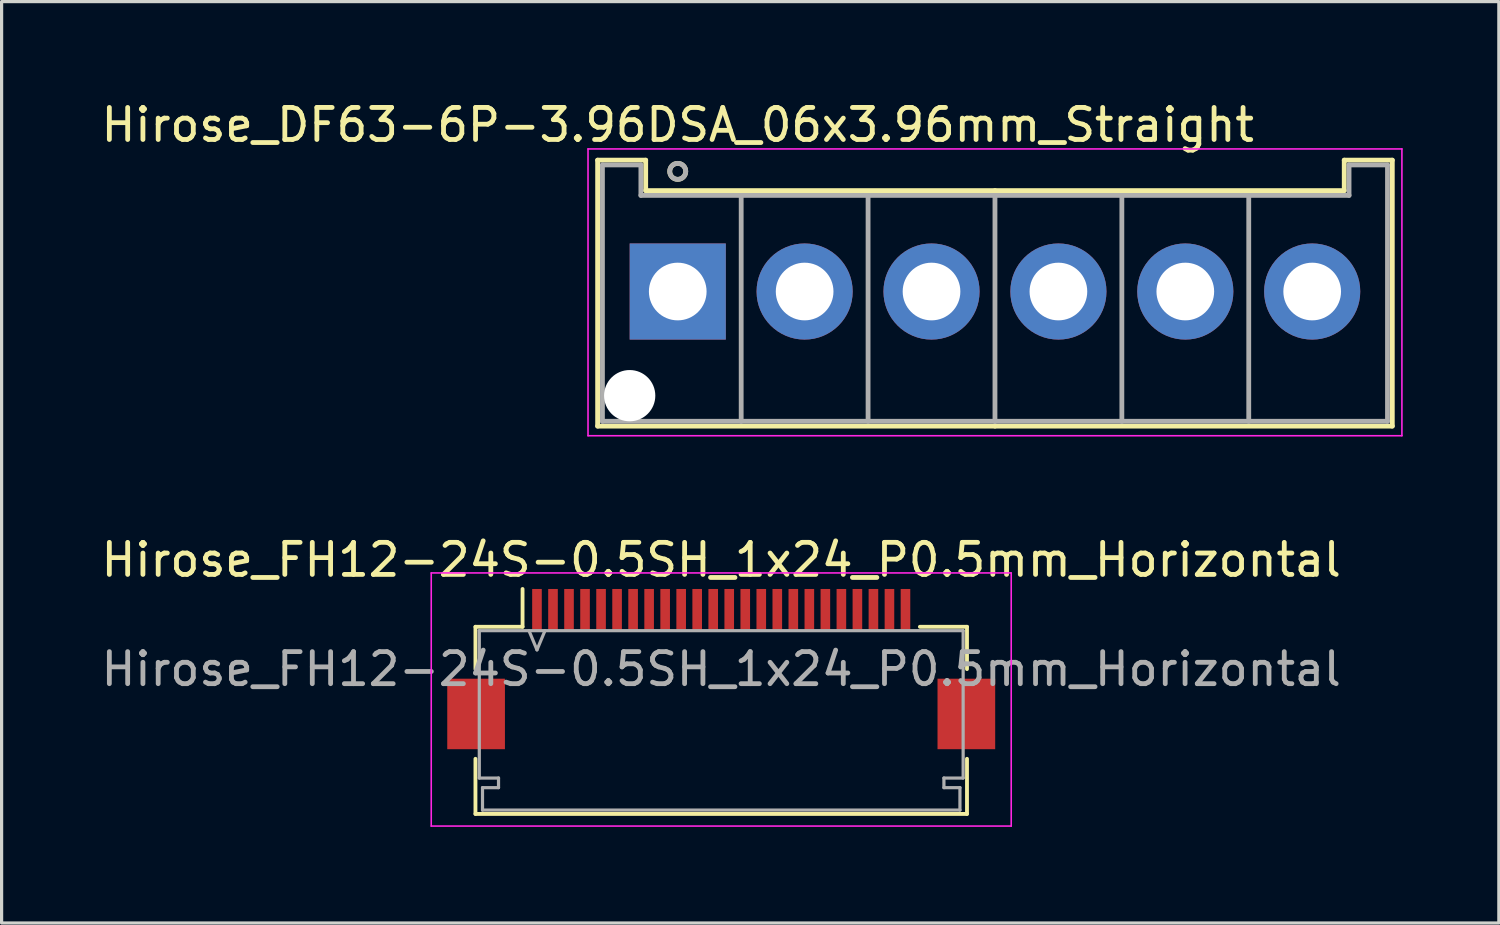
<source format=kicad_pcb>
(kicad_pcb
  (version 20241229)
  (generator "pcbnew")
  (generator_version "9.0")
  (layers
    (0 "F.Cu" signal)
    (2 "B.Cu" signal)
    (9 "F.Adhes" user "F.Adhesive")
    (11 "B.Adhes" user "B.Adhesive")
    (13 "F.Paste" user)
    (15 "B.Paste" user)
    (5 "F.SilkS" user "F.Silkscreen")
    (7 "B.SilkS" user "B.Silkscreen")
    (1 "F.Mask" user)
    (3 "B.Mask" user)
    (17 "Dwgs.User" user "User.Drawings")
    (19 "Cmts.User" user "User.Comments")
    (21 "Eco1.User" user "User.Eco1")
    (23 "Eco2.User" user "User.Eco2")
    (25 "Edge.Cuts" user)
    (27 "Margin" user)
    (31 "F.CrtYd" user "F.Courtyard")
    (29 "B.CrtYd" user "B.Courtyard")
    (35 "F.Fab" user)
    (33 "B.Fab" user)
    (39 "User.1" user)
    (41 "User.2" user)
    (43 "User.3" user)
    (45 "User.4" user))
  (footprint "Hirose_FH12-24S-0.5SH_1x24_P0.5mm_Horizontal"
    (layer "F.Cu")
    (at 19.458 17.831)
    (property "Reference" "Hirose_FH12-24S-0.5SH_1x24_P0.5mm_Horizontal" (at 0 -3.41 180) (layer "F.SilkS") (effects (font (size 1 1) (thickness 0.15))))
    (attr smd)
    (fp_line (start -7.67 -1.32) (end -6.2 -1.32) (stroke (width 0.12) (type solid)) (layer "F.SilkS"))
    (fp_line (start -7.67 0) (end -7.67 -1.32) (stroke (width 0.12) (type solid)) (layer "F.SilkS"))
    (fp_line (start -7.67 2.8) (end -7.67 4.52) (stroke (width 0.12) (type solid)) (layer "F.SilkS"))
    (fp_line (start -7.67 4.52) (end 7.67 4.52) (stroke (width 0.12) (type solid)) (layer "F.SilkS"))
    (fp_line (start -6.2 -1.32) (end -6.2 -2.5) (stroke (width 0.12) (type solid)) (layer "F.SilkS"))
    (fp_line (start 6.2 -1.32) (end 7.67 -1.32) (stroke (width 0.12) (type solid)) (layer "F.SilkS"))
    (fp_line (start 7.67 -1.32) (end 7.67 0) (stroke (width 0.12) (type solid)) (layer "F.SilkS"))
    (fp_line (start 7.67 4.52) (end 7.67 2.8) (stroke (width 0.12) (type solid)) (layer "F.SilkS"))
    (fp_line (start -9.05 -3) (end 9.05 -3) (stroke (width 0.05) (type solid)) (layer "F.CrtYd"))
    (fp_line (start -9.05 4.9) (end -9.05 -3) (stroke (width 0.05) (type solid)) (layer "F.CrtYd"))
    (fp_line (start 9.05 -3) (end 9.05 4.9) (stroke (width 0.05) (type solid)) (layer "F.CrtYd"))
    (fp_line (start 9.05 4.9) (end -9.05 4.9) (stroke (width 0.05) (type solid)) (layer "F.CrtYd"))
    (fp_line (start -7.55 -1.2) (end 7.55 -1.2) (stroke (width 0.1) (type solid)) (layer "F.Fab"))
    (fp_line (start -7.55 3.4) (end -7.55 -1.2) (stroke (width 0.1) (type solid)) (layer "F.Fab"))
    (fp_line (start -7.45 3.7) (end -7.45 4.4) (stroke (width 0.1) (type solid)) (layer "F.Fab"))
    (fp_line (start -7.45 3.7) (end -6.95 3.7) (stroke (width 0.1) (type solid)) (layer "F.Fab"))
    (fp_line (start -6.95 3.4) (end -7.55 3.4) (stroke (width 0.1) (type solid)) (layer "F.Fab"))
    (fp_line (start -6.95 3.7) (end -6.95 3.4) (stroke (width 0.1) (type solid)) (layer "F.Fab"))
    (fp_line (start -6 -1.2) (end -5.75 -0.6) (stroke (width 0.1) (type solid)) (layer "F.Fab"))
    (fp_line (start -5.75 -0.6) (end -5.5 -1.2) (stroke (width 0.1) (type solid)) (layer "F.Fab"))
    (fp_line (start 6.95 3.4) (end 6.95 3.7) (stroke (width 0.1) (type solid)) (layer "F.Fab"))
    (fp_line (start 7.45 3.7) (end 6.95 3.7) (stroke (width 0.1) (type solid)) (layer "F.Fab"))
    (fp_line (start 7.45 3.7) (end 7.45 4.4) (stroke (width 0.1) (type solid)) (layer "F.Fab"))
    (fp_line (start 7.45 4.4) (end -7.45 4.4) (stroke (width 0.1) (type solid)) (layer "F.Fab"))
    (fp_line (start 7.55 -1.2) (end 7.55 3.4) (stroke (width 0.1) (type solid)) (layer "F.Fab"))
    (fp_line (start 7.55 3.4) (end 6.95 3.4) (stroke (width 0.1) (type solid)) (layer "F.Fab"))
    (fp_text user "${REFERENCE}" (at 0 0 0) (layer "F.Fab") (effects (font (size 1 1) (thickness 0.15))))
    (pad "" smd rect (at -7.65 1.4) (size 1.8 2.2) (layers "F.Cu" "F.Mask" "F.Paste"))
    (pad "" smd rect (at 7.65 1.4) (size 1.8 2.2) (layers "F.Cu" "F.Mask" "F.Paste"))
    (pad "1" smd rect (at -5.75 -1.85) (size 0.3 1.3) (layers "F.Cu" "F.Mask" "F.Paste"))
    (pad "2" smd rect (at -5.25 -1.85) (size 0.3 1.3) (layers "F.Cu" "F.Mask" "F.Paste"))
    (pad "3" smd rect (at -4.75 -1.85) (size 0.3 1.3) (layers "F.Cu" "F.Mask" "F.Paste"))
    (pad "4" smd rect (at -4.25 -1.85) (size 0.3 1.3) (layers "F.Cu" "F.Mask" "F.Paste"))
    (pad "5" smd rect (at -3.75 -1.85) (size 0.3 1.3) (layers "F.Cu" "F.Mask" "F.Paste"))
    (pad "6" smd rect (at -3.25 -1.85) (size 0.3 1.3) (layers "F.Cu" "F.Mask" "F.Paste"))
    (pad "7" smd rect (at -2.75 -1.85) (size 0.3 1.3) (layers "F.Cu" "F.Mask" "F.Paste"))
    (pad "8" smd rect (at -2.25 -1.85) (size 0.3 1.3) (layers "F.Cu" "F.Mask" "F.Paste"))
    (pad "9" smd rect (at -1.75 -1.85) (size 0.3 1.3) (layers "F.Cu" "F.Mask" "F.Paste"))
    (pad "10" smd rect (at -1.25 -1.85) (size 0.3 1.3) (layers "F.Cu" "F.Mask" "F.Paste"))
    (pad "11" smd rect (at -0.75 -1.85) (size 0.3 1.3) (layers "F.Cu" "F.Mask" "F.Paste"))
    (pad "12" smd rect (at -0.25 -1.85) (size 0.3 1.3) (layers "F.Cu" "F.Mask" "F.Paste"))
    (pad "13" smd rect (at 0.25 -1.85) (size 0.3 1.3) (layers "F.Cu" "F.Mask" "F.Paste"))
    (pad "14" smd rect (at 0.75 -1.85) (size 0.3 1.3) (layers "F.Cu" "F.Mask" "F.Paste"))
    (pad "15" smd rect (at 1.25 -1.85) (size 0.3 1.3) (layers "F.Cu" "F.Mask" "F.Paste"))
    (pad "16" smd rect (at 1.75 -1.85) (size 0.3 1.3) (layers "F.Cu" "F.Mask" "F.Paste"))
    (pad "17" smd rect (at 2.25 -1.85) (size 0.3 1.3) (layers "F.Cu" "F.Mask" "F.Paste"))
    (pad "18" smd rect (at 2.75 -1.85) (size 0.3 1.3) (layers "F.Cu" "F.Mask" "F.Paste"))
    (pad "19" smd rect (at 3.25 -1.85) (size 0.3 1.3) (layers "F.Cu" "F.Mask" "F.Paste"))
    (pad "20" smd rect (at 3.75 -1.85) (size 0.3 1.3) (layers "F.Cu" "F.Mask" "F.Paste"))
    (pad "21" smd rect (at 4.25 -1.85) (size 0.3 1.3) (layers "F.Cu" "F.Mask" "F.Paste"))
    (pad "22" smd rect (at 4.75 -1.85) (size 0.3 1.3) (layers "F.Cu" "F.Mask" "F.Paste"))
    (pad "23" smd rect (at 5.25 -1.85) (size 0.3 1.3) (layers "F.Cu" "F.Mask" "F.Paste"))
    (pad "24" smd rect (at 5.75 -1.85) (size 0.3 1.3) (layers "F.Cu" "F.Mask" "F.Paste")))
  (footprint "Hirose_DF63-6P-3.96DSA_06x3.96mm_Straight"
    (layer "F.Cu")
    (at 18.101 6.048)
    (property "Reference" "Hirose_DF63-6P-3.96DSA_06x3.96mm_Straight" (at 0 -5.2 0) (layer "F.SilkS") (effects (font (size 1 1) (thickness 0.15))))
    (attr through_hole)
    (fp_line (start -2.5 -4.1) (end -1 -4.1) (stroke (width 0.15) (type solid)) (layer "F.SilkS"))
    (fp_line (start -2.5 4.2) (end -2.5 -4.1) (stroke (width 0.15) (type solid)) (layer "F.SilkS"))
    (fp_line (start -1 -4.1) (end -1 -3.15) (stroke (width 0.15) (type solid)) (layer "F.SilkS"))
    (fp_line (start -1 -3.15) (end 9.9 -3.15) (stroke (width 0.15) (type solid)) (layer "F.SilkS"))
    (fp_line (start 9.9 4.2) (end -2.5 4.2) (stroke (width 0.15) (type solid)) (layer "F.SilkS"))
    (fp_line (start 9.9 4.2) (end 22.3 4.2) (stroke (width 0.15) (type solid)) (layer "F.SilkS"))
    (fp_line (start 20.8 -4.1) (end 20.8 -3.15) (stroke (width 0.15) (type solid)) (layer "F.SilkS"))
    (fp_line (start 20.8 -3.15) (end 9.9 -3.15) (stroke (width 0.15) (type solid)) (layer "F.SilkS"))
    (fp_line (start 22.3 -4.1) (end 20.8 -4.1) (stroke (width 0.15) (type solid)) (layer "F.SilkS"))
    (fp_line (start 22.3 4.2) (end 22.3 -4.1) (stroke (width 0.15) (type solid)) (layer "F.SilkS"))
    (fp_circle (center 0 -3.75) (end 0.25 -3.75) (stroke (width 0.15) (type solid)) (fill no) (layer "F.SilkS"))
    (fp_line (start -2.8 -4.45) (end -2.8 4.5) (stroke (width 0.05) (type solid)) (layer "F.CrtYd"))
    (fp_line (start -2.8 4.5) (end 22.6 4.5) (stroke (width 0.05) (type solid)) (layer "F.CrtYd"))
    (fp_line (start 22.6 -4.45) (end -2.8 -4.45) (stroke (width 0.05) (type solid)) (layer "F.CrtYd"))
    (fp_line (start 22.6 4.5) (end 22.6 -4.45) (stroke (width 0.05) (type solid)) (layer "F.CrtYd"))
    (fp_line (start -2.35 -3.95) (end -1.15 -3.95) (stroke (width 0.15) (type solid)) (layer "F.Fab"))
    (fp_line (start -2.35 4.05) (end -2.35 -3.95) (stroke (width 0.15) (type solid)) (layer "F.Fab"))
    (fp_line (start -1.15 -3.95) (end -1.15 -3) (stroke (width 0.15) (type solid)) (layer "F.Fab"))
    (fp_line (start -1.15 -3) (end 9.9 -3) (stroke (width 0.15) (type solid)) (layer "F.Fab"))
    (fp_line (start 1.98 -3) (end 1.98 4.05) (stroke (width 0.15) (type solid)) (layer "F.Fab"))
    (fp_line (start 5.94 -3) (end 5.94 4.05) (stroke (width 0.15) (type solid)) (layer "F.Fab"))
    (fp_line (start 9.9 -3) (end 9.9 4.05) (stroke (width 0.15) (type solid)) (layer "F.Fab"))
    (fp_line (start 9.9 4.05) (end -2.35 4.05) (stroke (width 0.15) (type solid)) (layer "F.Fab"))
    (fp_line (start 9.9 4.05) (end 22.15 4.05) (stroke (width 0.15) (type solid)) (layer "F.Fab"))
    (fp_line (start 13.86 -3) (end 13.86 4.05) (stroke (width 0.15) (type solid)) (layer "F.Fab"))
    (fp_line (start 17.82 -3) (end 17.82 4.05) (stroke (width 0.15) (type solid)) (layer "F.Fab"))
    (fp_line (start 20.95 -3.95) (end 20.95 -3) (stroke (width 0.15) (type solid)) (layer "F.Fab"))
    (fp_line (start 20.95 -3) (end 9.9 -3) (stroke (width 0.15) (type solid)) (layer "F.Fab"))
    (fp_line (start 22.15 -3.95) (end 20.95 -3.95) (stroke (width 0.15) (type solid)) (layer "F.Fab"))
    (fp_line (start 22.15 4.05) (end 22.15 -3.95) (stroke (width 0.15) (type solid)) (layer "F.Fab"))
    (fp_circle (center 0 -3.75) (end 0.25 -3.75) (stroke (width 0.15) (type solid)) (fill no) (layer "F.Fab"))
    (pad "" np_thru_hole circle (at -1.5 3.25) (size 1.6 1.6) (drill 1.6) (layers "*.Cu" "*.Mask"))
    (pad "1" thru_hole rect (at 0 0) (size 3 3) (drill 1.8) (layers "*.Cu" "*.Mask"))
    (pad "2" thru_hole circle (at 3.96 0) (size 3 3) (drill 1.8) (layers "*.Cu" "*.Mask"))
    (pad "3" thru_hole circle (at 7.92 0) (size 3 3) (drill 1.8) (layers "*.Cu" "*.Mask"))
    (pad "4" thru_hole circle (at 11.88 0) (size 3 3) (drill 1.8) (layers "*.Cu" "*.Mask"))
    (pad "5" thru_hole circle (at 15.84 0) (size 3 3) (drill 1.8) (layers "*.Cu" "*.Mask"))
    (pad "6" thru_hole circle (at 19.8 0) (size 3 3) (drill 1.8) (layers "*.Cu" "*.Mask")))
  (gr_rect
    (start -3 -3)
    (end 43.726 25.756)
    (stroke (width 0.1) (type default))
    (fill no)
    (layer "Edge.Cuts")))
</source>
